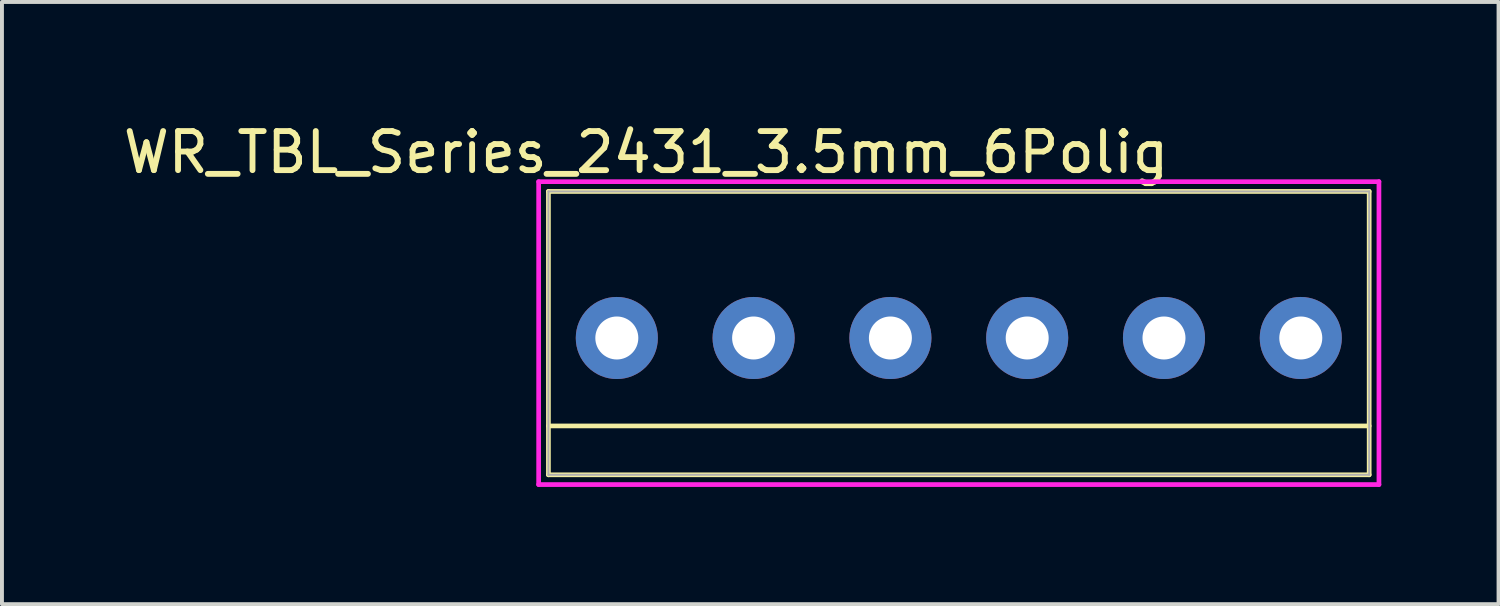
<source format=kicad_pcb>
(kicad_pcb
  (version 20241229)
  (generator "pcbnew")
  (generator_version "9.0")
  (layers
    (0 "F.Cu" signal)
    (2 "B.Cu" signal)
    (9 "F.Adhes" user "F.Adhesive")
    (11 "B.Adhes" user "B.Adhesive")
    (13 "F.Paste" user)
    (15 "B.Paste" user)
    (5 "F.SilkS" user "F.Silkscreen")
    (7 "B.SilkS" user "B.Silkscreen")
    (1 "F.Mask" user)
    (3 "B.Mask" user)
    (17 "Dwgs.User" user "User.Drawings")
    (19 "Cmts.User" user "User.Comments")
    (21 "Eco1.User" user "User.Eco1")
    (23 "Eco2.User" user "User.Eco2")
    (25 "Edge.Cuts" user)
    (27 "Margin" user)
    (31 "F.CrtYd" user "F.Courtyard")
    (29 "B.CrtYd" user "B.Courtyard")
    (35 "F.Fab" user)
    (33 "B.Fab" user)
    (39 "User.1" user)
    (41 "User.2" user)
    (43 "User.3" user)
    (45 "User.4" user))
  (footprint "WR_TBL_Series_2431_3.5mm_6Polig"
    (layer "F.Cu")
    (at 21.482 5.598)
    (property "Reference" "WR_TBL_Series_2431_3.5mm_6Polig" (at -8 -4.75 0) (layer "F.SilkS") (effects (font (size 1 1) (thickness 0.15))))
    (attr through_hole)
    (fp_line (start -10.5 -3.75) (end 10.5 -3.75) (stroke (width 0.12) (type solid)) (layer "F.SilkS"))
    (fp_line (start -10.5 2.25) (end 10.5 2.25) (stroke (width 0.12) (type solid)) (layer "F.SilkS"))
    (fp_line (start -10.5 3.5) (end -10.5 -3.75) (stroke (width 0.12) (type solid)) (layer "F.SilkS"))
    (fp_line (start 10.5 -3.75) (end 10.5 3.5) (stroke (width 0.12) (type solid)) (layer "F.SilkS"))
    (fp_line (start 10.5 3.5) (end -10.5 3.5) (stroke (width 0.12) (type solid)) (layer "F.SilkS"))
    (fp_line (start -10.75 -4) (end 10.75 -4) (stroke (width 0.12) (type solid)) (layer "F.CrtYd"))
    (fp_line (start -10.75 3.75) (end -10.75 -4) (stroke (width 0.12) (type solid)) (layer "F.CrtYd"))
    (fp_line (start 10.75 -4) (end 10.75 3.75) (stroke (width 0.12) (type solid)) (layer "F.CrtYd"))
    (fp_line (start 10.75 3.75) (end -10.75 3.75) (stroke (width 0.12) (type solid)) (layer "F.CrtYd"))
    (fp_line (start -10.5 -3.75) (end 10.5 -3.75) (stroke (width 0.05) (type solid)) (layer "F.Fab"))
    (fp_line (start -10.5 3.5) (end -10.5 -3.75) (stroke (width 0.05) (type solid)) (layer "F.Fab"))
    (fp_line (start 10.5 -3.75) (end 10.5 3.5) (stroke (width 0.05) (type solid)) (layer "F.Fab"))
    (fp_line (start 10.5 3.5) (end -10.5 3.5) (stroke (width 0.05) (type solid)) (layer "F.Fab"))
    (pad "1" thru_hole circle (at -8.75 0) (size 2.1 2.1) (drill 1.1) (layers "*.Cu" "*.Mask"))
    (pad "2" thru_hole circle (at -5.25 0) (size 2.1 2.1) (drill 1.1) (layers "*.Cu" "*.Mask"))
    (pad "3" thru_hole circle (at -1.75 0) (size 2.1 2.1) (drill 1.1) (layers "*.Cu" "*.Mask"))
    (pad "4" thru_hole circle (at 1.75 0) (size 2.1 2.1) (drill 1.1) (layers "*.Cu" "*.Mask"))
    (pad "5" thru_hole circle (at 5.25 0) (size 2.1 2.1) (drill 1.1) (layers "*.Cu" "*.Mask"))
    (pad "6" thru_hole circle (at 8.75 0) (size 2.1 2.1) (drill 1.1) (layers "*.Cu" "*.Mask")))
  (gr_rect
    (start -3 -3)
    (end 35.292 12.408)
    (stroke (width 0.1) (type default))
    (fill no)
    (layer "Edge.Cuts")))
</source>
